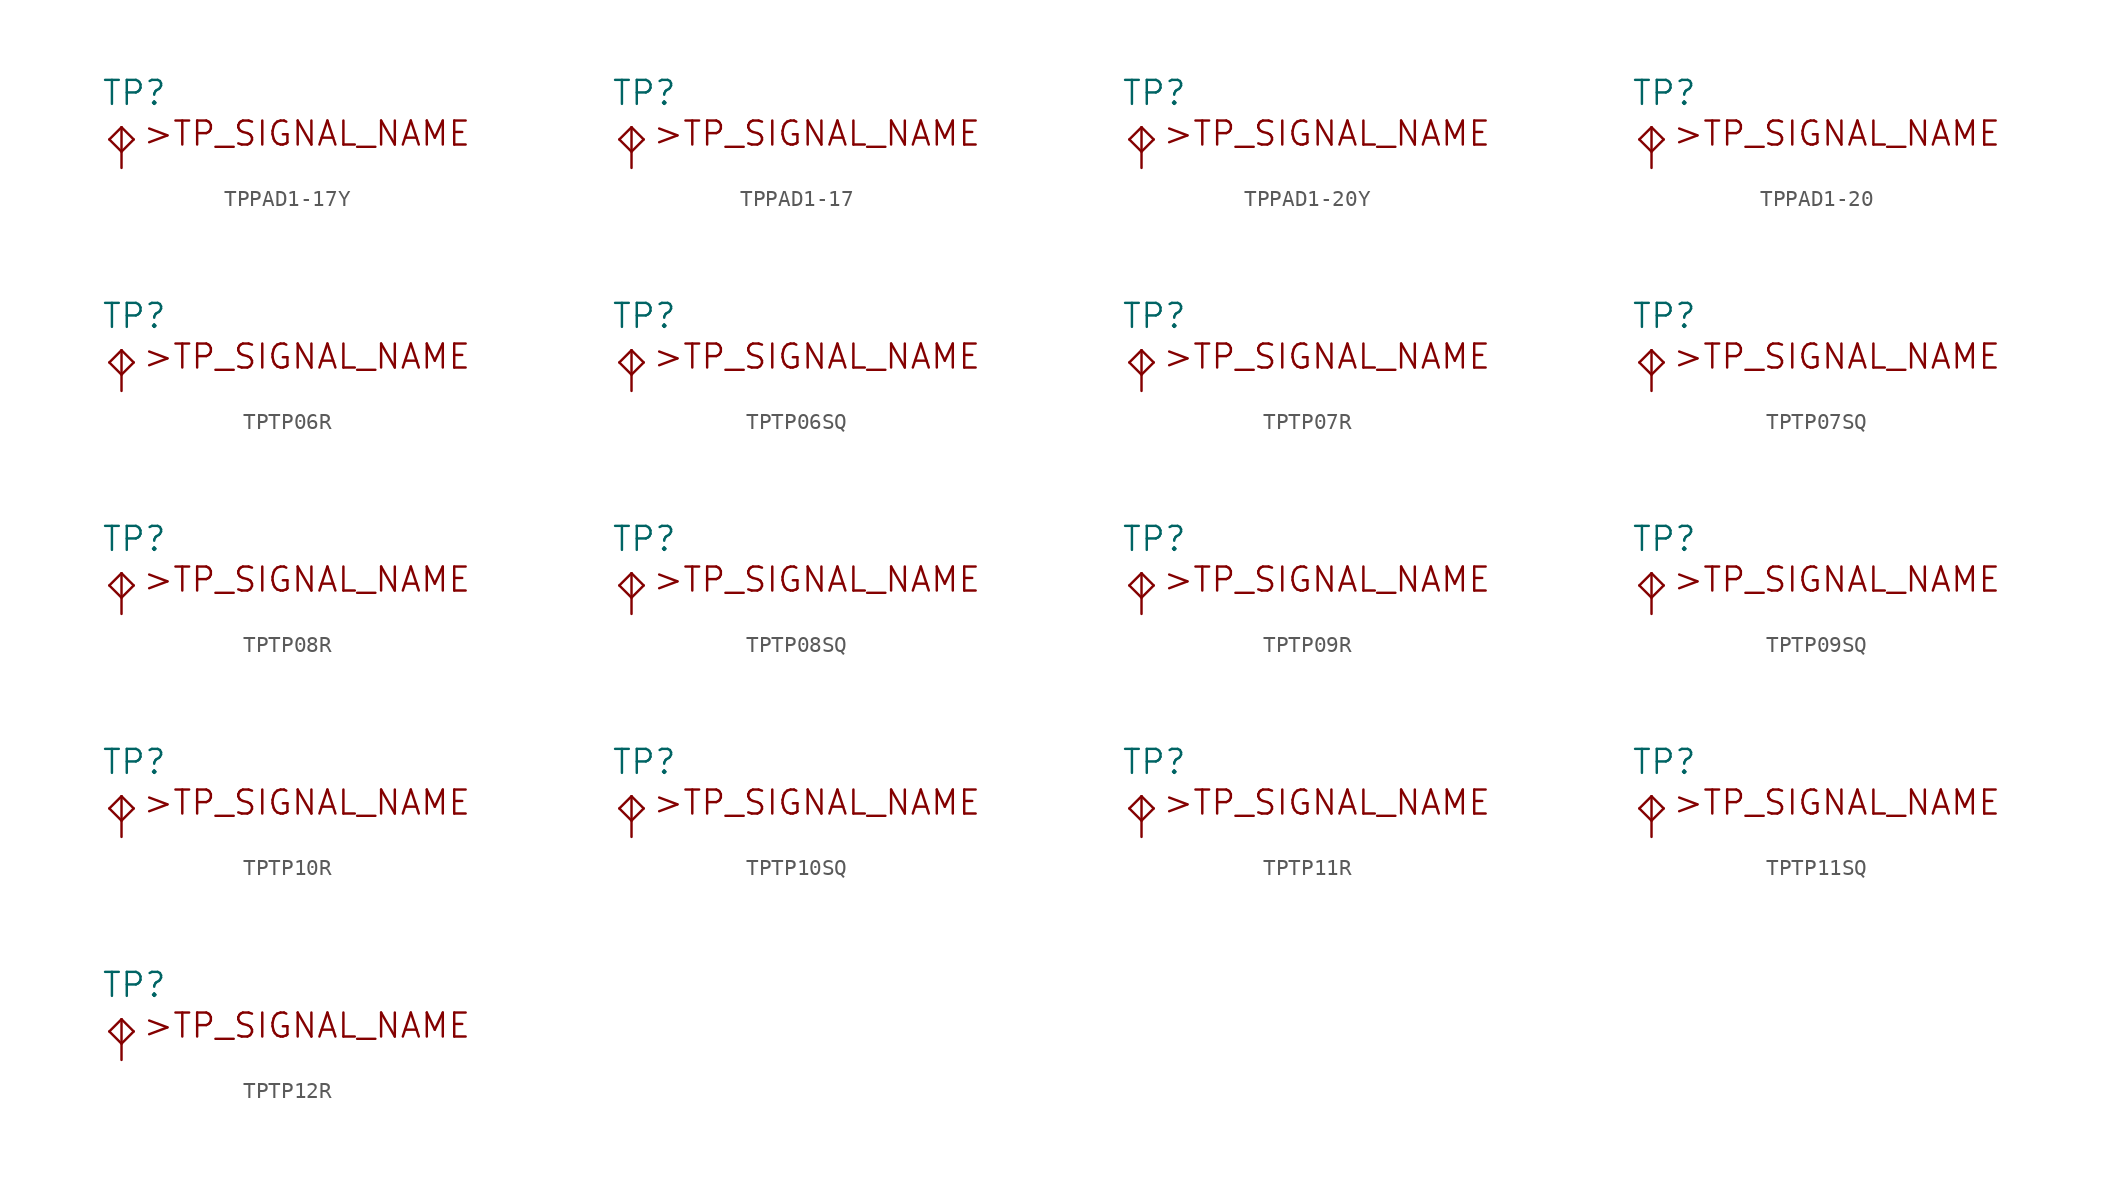
<source format=kicad_sym>
(kicad_symbol_lib
  (version 20211014)
  (generator kicad_symbol_editor)
  (symbol "TPPAD1-17Y"
    (pin_names
      (offset 1.016))
    (property "Reference" "TP"
      (at -1.27 1.27 0)
      (effects (font (size 1.499 1.499)) (justify left bottom)))
    (property "ki_locked" ""
      (at 0 0 0)
      (effects (font (size 1.27 1.27))))
    (symbol "TPPAD1-17Y_1_0"
      (polyline (pts (xy -0.762 -0.762) (xy 0 0)) (stroke (width 0) (type default) (color 0 0 0 0)) (fill (type none)))
      (polyline (pts (xy 0 -1.524) (xy -0.762 -0.762)) (stroke (width 0) (type default) (color 0 0 0 0)) (fill (type none)))
      (polyline (pts (xy 0 0) (xy 0.762 -0.762)) (stroke (width 0) (type default) (color 0 0 0 0)) (fill (type none)))
      (polyline (pts (xy 0.762 -0.762) (xy 0 -1.524)) (stroke (width 0) (type default) (color 0 0 0 0)) (fill (type none)))
      (text ">TP_SIGNAL_NAME" (at 1.27 -1.27 0) (effects (font (size 1.499 1.499)) (justify left bottom)))
      (pin input line (at 0 -2.54 90) (length 2.54) (name "TP" (effects (font (size 0 0)))) (number "TP" (effects (font (size 0 0)))))))
  (symbol "TPPAD1-17"
    (pin_names
      (offset 1.016))
    (property "Reference" "TP"
      (at -1.27 1.27 0)
      (effects (font (size 1.499 1.499)) (justify left bottom)))
    (property "ki_locked" ""
      (at 0 0 0)
      (effects (font (size 1.27 1.27))))
    (symbol "TPPAD1-17_1_0"
      (polyline (pts (xy -0.762 -0.762) (xy 0 0)) (stroke (width 0) (type default) (color 0 0 0 0)) (fill (type none)))
      (polyline (pts (xy 0 -1.524) (xy -0.762 -0.762)) (stroke (width 0) (type default) (color 0 0 0 0)) (fill (type none)))
      (polyline (pts (xy 0 0) (xy 0.762 -0.762)) (stroke (width 0) (type default) (color 0 0 0 0)) (fill (type none)))
      (polyline (pts (xy 0.762 -0.762) (xy 0 -1.524)) (stroke (width 0) (type default) (color 0 0 0 0)) (fill (type none)))
      (text ">TP_SIGNAL_NAME" (at 1.27 -1.27 0) (effects (font (size 1.499 1.499)) (justify left bottom)))
      (pin input line (at 0 -2.54 90) (length 2.54) (name "TP" (effects (font (size 0 0)))) (number "TP" (effects (font (size 0 0)))))))
  (symbol "TPPAD1-20Y"
    (pin_names
      (offset 1.016))
    (property "Reference" "TP"
      (at -1.27 1.27 0)
      (effects (font (size 1.499 1.499)) (justify left bottom)))
    (property "ki_locked" ""
      (at 0 0 0)
      (effects (font (size 1.27 1.27))))
    (symbol "TPPAD1-20Y_1_0"
      (polyline (pts (xy -0.762 -0.762) (xy 0 0)) (stroke (width 0) (type default) (color 0 0 0 0)) (fill (type none)))
      (polyline (pts (xy 0 -1.524) (xy -0.762 -0.762)) (stroke (width 0) (type default) (color 0 0 0 0)) (fill (type none)))
      (polyline (pts (xy 0 0) (xy 0.762 -0.762)) (stroke (width 0) (type default) (color 0 0 0 0)) (fill (type none)))
      (polyline (pts (xy 0.762 -0.762) (xy 0 -1.524)) (stroke (width 0) (type default) (color 0 0 0 0)) (fill (type none)))
      (text ">TP_SIGNAL_NAME" (at 1.27 -1.27 0) (effects (font (size 1.499 1.499)) (justify left bottom)))
      (pin input line (at 0 -2.54 90) (length 2.54) (name "TP" (effects (font (size 0 0)))) (number "TP" (effects (font (size 0 0)))))))
  (symbol "TPPAD1-20"
    (pin_names
      (offset 1.016))
    (property "Reference" "TP"
      (at -1.27 1.27 0)
      (effects (font (size 1.499 1.499)) (justify left bottom)))
    (property "ki_locked" ""
      (at 0 0 0)
      (effects (font (size 1.27 1.27))))
    (symbol "TPPAD1-20_1_0"
      (polyline (pts (xy -0.762 -0.762) (xy 0 0)) (stroke (width 0) (type default) (color 0 0 0 0)) (fill (type none)))
      (polyline (pts (xy 0 -1.524) (xy -0.762 -0.762)) (stroke (width 0) (type default) (color 0 0 0 0)) (fill (type none)))
      (polyline (pts (xy 0 0) (xy 0.762 -0.762)) (stroke (width 0) (type default) (color 0 0 0 0)) (fill (type none)))
      (polyline (pts (xy 0.762 -0.762) (xy 0 -1.524)) (stroke (width 0) (type default) (color 0 0 0 0)) (fill (type none)))
      (text ">TP_SIGNAL_NAME" (at 1.27 -1.27 0) (effects (font (size 1.499 1.499)) (justify left bottom)))
      (pin input line (at 0 -2.54 90) (length 2.54) (name "TP" (effects (font (size 0 0)))) (number "TP" (effects (font (size 0 0)))))))
  (symbol "TPTP06R"
    (pin_names
      (offset 1.016))
    (property "Reference" "TP"
      (at -1.27 1.27 0)
      (effects (font (size 1.499 1.499)) (justify left bottom)))
    (property "ki_locked" ""
      (at 0 0 0)
      (effects (font (size 1.27 1.27))))
    (symbol "TPTP06R_1_0"
      (polyline (pts (xy -0.762 -0.762) (xy 0 0)) (stroke (width 0) (type default) (color 0 0 0 0)) (fill (type none)))
      (polyline (pts (xy 0 -1.524) (xy -0.762 -0.762)) (stroke (width 0) (type default) (color 0 0 0 0)) (fill (type none)))
      (polyline (pts (xy 0 0) (xy 0.762 -0.762)) (stroke (width 0) (type default) (color 0 0 0 0)) (fill (type none)))
      (polyline (pts (xy 0.762 -0.762) (xy 0 -1.524)) (stroke (width 0) (type default) (color 0 0 0 0)) (fill (type none)))
      (text ">TP_SIGNAL_NAME" (at 1.27 -1.27 0) (effects (font (size 1.499 1.499)) (justify left bottom)))
      (pin input line (at 0 -2.54 90) (length 2.54) (name "TP" (effects (font (size 0 0)))) (number "TP" (effects (font (size 0 0)))))))
  (symbol "TPTP06SQ"
    (pin_names
      (offset 1.016))
    (property "Reference" "TP"
      (at -1.27 1.27 0)
      (effects (font (size 1.499 1.499)) (justify left bottom)))
    (property "ki_locked" ""
      (at 0 0 0)
      (effects (font (size 1.27 1.27))))
    (symbol "TPTP06SQ_1_0"
      (polyline (pts (xy -0.762 -0.762) (xy 0 0)) (stroke (width 0) (type default) (color 0 0 0 0)) (fill (type none)))
      (polyline (pts (xy 0 -1.524) (xy -0.762 -0.762)) (stroke (width 0) (type default) (color 0 0 0 0)) (fill (type none)))
      (polyline (pts (xy 0 0) (xy 0.762 -0.762)) (stroke (width 0) (type default) (color 0 0 0 0)) (fill (type none)))
      (polyline (pts (xy 0.762 -0.762) (xy 0 -1.524)) (stroke (width 0) (type default) (color 0 0 0 0)) (fill (type none)))
      (text ">TP_SIGNAL_NAME" (at 1.27 -1.27 0) (effects (font (size 1.499 1.499)) (justify left bottom)))
      (pin input line (at 0 -2.54 90) (length 2.54) (name "TP" (effects (font (size 0 0)))) (number "TP" (effects (font (size 0 0)))))))
  (symbol "TPTP07R"
    (pin_names
      (offset 1.016))
    (property "Reference" "TP"
      (at -1.27 1.27 0)
      (effects (font (size 1.499 1.499)) (justify left bottom)))
    (property "ki_locked" ""
      (at 0 0 0)
      (effects (font (size 1.27 1.27))))
    (symbol "TPTP07R_1_0"
      (polyline (pts (xy -0.762 -0.762) (xy 0 0)) (stroke (width 0) (type default) (color 0 0 0 0)) (fill (type none)))
      (polyline (pts (xy 0 -1.524) (xy -0.762 -0.762)) (stroke (width 0) (type default) (color 0 0 0 0)) (fill (type none)))
      (polyline (pts (xy 0 0) (xy 0.762 -0.762)) (stroke (width 0) (type default) (color 0 0 0 0)) (fill (type none)))
      (polyline (pts (xy 0.762 -0.762) (xy 0 -1.524)) (stroke (width 0) (type default) (color 0 0 0 0)) (fill (type none)))
      (text ">TP_SIGNAL_NAME" (at 1.27 -1.27 0) (effects (font (size 1.499 1.499)) (justify left bottom)))
      (pin input line (at 0 -2.54 90) (length 2.54) (name "TP" (effects (font (size 0 0)))) (number "TP" (effects (font (size 0 0)))))))
  (symbol "TPTP07SQ"
    (pin_names
      (offset 1.016))
    (property "Reference" "TP"
      (at -1.27 1.27 0)
      (effects (font (size 1.499 1.499)) (justify left bottom)))
    (property "ki_locked" ""
      (at 0 0 0)
      (effects (font (size 1.27 1.27))))
    (symbol "TPTP07SQ_1_0"
      (polyline (pts (xy -0.762 -0.762) (xy 0 0)) (stroke (width 0) (type default) (color 0 0 0 0)) (fill (type none)))
      (polyline (pts (xy 0 -1.524) (xy -0.762 -0.762)) (stroke (width 0) (type default) (color 0 0 0 0)) (fill (type none)))
      (polyline (pts (xy 0 0) (xy 0.762 -0.762)) (stroke (width 0) (type default) (color 0 0 0 0)) (fill (type none)))
      (polyline (pts (xy 0.762 -0.762) (xy 0 -1.524)) (stroke (width 0) (type default) (color 0 0 0 0)) (fill (type none)))
      (text ">TP_SIGNAL_NAME" (at 1.27 -1.27 0) (effects (font (size 1.499 1.499)) (justify left bottom)))
      (pin input line (at 0 -2.54 90) (length 2.54) (name "TP" (effects (font (size 0 0)))) (number "TP" (effects (font (size 0 0)))))))
  (symbol "TPTP08R"
    (pin_names
      (offset 1.016))
    (property "Reference" "TP"
      (at -1.27 1.27 0)
      (effects (font (size 1.499 1.499)) (justify left bottom)))
    (property "ki_locked" ""
      (at 0 0 0)
      (effects (font (size 1.27 1.27))))
    (symbol "TPTP08R_1_0"
      (polyline (pts (xy -0.762 -0.762) (xy 0 0)) (stroke (width 0) (type default) (color 0 0 0 0)) (fill (type none)))
      (polyline (pts (xy 0 -1.524) (xy -0.762 -0.762)) (stroke (width 0) (type default) (color 0 0 0 0)) (fill (type none)))
      (polyline (pts (xy 0 0) (xy 0.762 -0.762)) (stroke (width 0) (type default) (color 0 0 0 0)) (fill (type none)))
      (polyline (pts (xy 0.762 -0.762) (xy 0 -1.524)) (stroke (width 0) (type default) (color 0 0 0 0)) (fill (type none)))
      (text ">TP_SIGNAL_NAME" (at 1.27 -1.27 0) (effects (font (size 1.499 1.499)) (justify left bottom)))
      (pin input line (at 0 -2.54 90) (length 2.54) (name "TP" (effects (font (size 0 0)))) (number "TP" (effects (font (size 0 0)))))))
  (symbol "TPTP08SQ"
    (pin_names
      (offset 1.016))
    (property "Reference" "TP"
      (at -1.27 1.27 0)
      (effects (font (size 1.499 1.499)) (justify left bottom)))
    (property "ki_locked" ""
      (at 0 0 0)
      (effects (font (size 1.27 1.27))))
    (symbol "TPTP08SQ_1_0"
      (polyline (pts (xy -0.762 -0.762) (xy 0 0)) (stroke (width 0) (type default) (color 0 0 0 0)) (fill (type none)))
      (polyline (pts (xy 0 -1.524) (xy -0.762 -0.762)) (stroke (width 0) (type default) (color 0 0 0 0)) (fill (type none)))
      (polyline (pts (xy 0 0) (xy 0.762 -0.762)) (stroke (width 0) (type default) (color 0 0 0 0)) (fill (type none)))
      (polyline (pts (xy 0.762 -0.762) (xy 0 -1.524)) (stroke (width 0) (type default) (color 0 0 0 0)) (fill (type none)))
      (text ">TP_SIGNAL_NAME" (at 1.27 -1.27 0) (effects (font (size 1.499 1.499)) (justify left bottom)))
      (pin input line (at 0 -2.54 90) (length 2.54) (name "TP" (effects (font (size 0 0)))) (number "TP" (effects (font (size 0 0)))))))
  (symbol "TPTP09R"
    (pin_names
      (offset 1.016))
    (property "Reference" "TP"
      (at -1.27 1.27 0)
      (effects (font (size 1.499 1.499)) (justify left bottom)))
    (property "ki_locked" ""
      (at 0 0 0)
      (effects (font (size 1.27 1.27))))
    (symbol "TPTP09R_1_0"
      (polyline (pts (xy -0.762 -0.762) (xy 0 0)) (stroke (width 0) (type default) (color 0 0 0 0)) (fill (type none)))
      (polyline (pts (xy 0 -1.524) (xy -0.762 -0.762)) (stroke (width 0) (type default) (color 0 0 0 0)) (fill (type none)))
      (polyline (pts (xy 0 0) (xy 0.762 -0.762)) (stroke (width 0) (type default) (color 0 0 0 0)) (fill (type none)))
      (polyline (pts (xy 0.762 -0.762) (xy 0 -1.524)) (stroke (width 0) (type default) (color 0 0 0 0)) (fill (type none)))
      (text ">TP_SIGNAL_NAME" (at 1.27 -1.27 0) (effects (font (size 1.499 1.499)) (justify left bottom)))
      (pin input line (at 0 -2.54 90) (length 2.54) (name "TP" (effects (font (size 0 0)))) (number "TP" (effects (font (size 0 0)))))))
  (symbol "TPTP09SQ"
    (pin_names
      (offset 1.016))
    (property "Reference" "TP"
      (at -1.27 1.27 0)
      (effects (font (size 1.499 1.499)) (justify left bottom)))
    (property "ki_locked" ""
      (at 0 0 0)
      (effects (font (size 1.27 1.27))))
    (symbol "TPTP09SQ_1_0"
      (polyline (pts (xy -0.762 -0.762) (xy 0 0)) (stroke (width 0) (type default) (color 0 0 0 0)) (fill (type none)))
      (polyline (pts (xy 0 -1.524) (xy -0.762 -0.762)) (stroke (width 0) (type default) (color 0 0 0 0)) (fill (type none)))
      (polyline (pts (xy 0 0) (xy 0.762 -0.762)) (stroke (width 0) (type default) (color 0 0 0 0)) (fill (type none)))
      (polyline (pts (xy 0.762 -0.762) (xy 0 -1.524)) (stroke (width 0) (type default) (color 0 0 0 0)) (fill (type none)))
      (text ">TP_SIGNAL_NAME" (at 1.27 -1.27 0) (effects (font (size 1.499 1.499)) (justify left bottom)))
      (pin input line (at 0 -2.54 90) (length 2.54) (name "TP" (effects (font (size 0 0)))) (number "TP" (effects (font (size 0 0)))))))
  (symbol "TPTP10R"
    (pin_names
      (offset 1.016))
    (property "Reference" "TP"
      (at -1.27 1.27 0)
      (effects (font (size 1.499 1.499)) (justify left bottom)))
    (property "ki_locked" ""
      (at 0 0 0)
      (effects (font (size 1.27 1.27))))
    (symbol "TPTP10R_1_0"
      (polyline (pts (xy -0.762 -0.762) (xy 0 0)) (stroke (width 0) (type default) (color 0 0 0 0)) (fill (type none)))
      (polyline (pts (xy 0 -1.524) (xy -0.762 -0.762)) (stroke (width 0) (type default) (color 0 0 0 0)) (fill (type none)))
      (polyline (pts (xy 0 0) (xy 0.762 -0.762)) (stroke (width 0) (type default) (color 0 0 0 0)) (fill (type none)))
      (polyline (pts (xy 0.762 -0.762) (xy 0 -1.524)) (stroke (width 0) (type default) (color 0 0 0 0)) (fill (type none)))
      (text ">TP_SIGNAL_NAME" (at 1.27 -1.27 0) (effects (font (size 1.499 1.499)) (justify left bottom)))
      (pin input line (at 0 -2.54 90) (length 2.54) (name "TP" (effects (font (size 0 0)))) (number "TP" (effects (font (size 0 0)))))))
  (symbol "TPTP10SQ"
    (pin_names
      (offset 1.016))
    (property "Reference" "TP"
      (at -1.27 1.27 0)
      (effects (font (size 1.499 1.499)) (justify left bottom)))
    (property "ki_locked" ""
      (at 0 0 0)
      (effects (font (size 1.27 1.27))))
    (symbol "TPTP10SQ_1_0"
      (polyline (pts (xy -0.762 -0.762) (xy 0 0)) (stroke (width 0) (type default) (color 0 0 0 0)) (fill (type none)))
      (polyline (pts (xy 0 -1.524) (xy -0.762 -0.762)) (stroke (width 0) (type default) (color 0 0 0 0)) (fill (type none)))
      (polyline (pts (xy 0 0) (xy 0.762 -0.762)) (stroke (width 0) (type default) (color 0 0 0 0)) (fill (type none)))
      (polyline (pts (xy 0.762 -0.762) (xy 0 -1.524)) (stroke (width 0) (type default) (color 0 0 0 0)) (fill (type none)))
      (text ">TP_SIGNAL_NAME" (at 1.27 -1.27 0) (effects (font (size 1.499 1.499)) (justify left bottom)))
      (pin input line (at 0 -2.54 90) (length 2.54) (name "TP" (effects (font (size 0 0)))) (number "TP" (effects (font (size 0 0)))))))
  (symbol "TPTP11R"
    (pin_names
      (offset 1.016))
    (property "Reference" "TP"
      (at -1.27 1.27 0)
      (effects (font (size 1.499 1.499)) (justify left bottom)))
    (property "ki_locked" ""
      (at 0 0 0)
      (effects (font (size 1.27 1.27))))
    (symbol "TPTP11R_1_0"
      (polyline (pts (xy -0.762 -0.762) (xy 0 0)) (stroke (width 0) (type default) (color 0 0 0 0)) (fill (type none)))
      (polyline (pts (xy 0 -1.524) (xy -0.762 -0.762)) (stroke (width 0) (type default) (color 0 0 0 0)) (fill (type none)))
      (polyline (pts (xy 0 0) (xy 0.762 -0.762)) (stroke (width 0) (type default) (color 0 0 0 0)) (fill (type none)))
      (polyline (pts (xy 0.762 -0.762) (xy 0 -1.524)) (stroke (width 0) (type default) (color 0 0 0 0)) (fill (type none)))
      (text ">TP_SIGNAL_NAME" (at 1.27 -1.27 0) (effects (font (size 1.499 1.499)) (justify left bottom)))
      (pin input line (at 0 -2.54 90) (length 2.54) (name "TP" (effects (font (size 0 0)))) (number "TP" (effects (font (size 0 0)))))))
  (symbol "TPTP11SQ"
    (pin_names
      (offset 1.016))
    (property "Reference" "TP"
      (at -1.27 1.27 0)
      (effects (font (size 1.499 1.499)) (justify left bottom)))
    (property "ki_locked" ""
      (at 0 0 0)
      (effects (font (size 1.27 1.27))))
    (symbol "TPTP11SQ_1_0"
      (polyline (pts (xy -0.762 -0.762) (xy 0 0)) (stroke (width 0) (type default) (color 0 0 0 0)) (fill (type none)))
      (polyline (pts (xy 0 -1.524) (xy -0.762 -0.762)) (stroke (width 0) (type default) (color 0 0 0 0)) (fill (type none)))
      (polyline (pts (xy 0 0) (xy 0.762 -0.762)) (stroke (width 0) (type default) (color 0 0 0 0)) (fill (type none)))
      (polyline (pts (xy 0.762 -0.762) (xy 0 -1.524)) (stroke (width 0) (type default) (color 0 0 0 0)) (fill (type none)))
      (text ">TP_SIGNAL_NAME" (at 1.27 -1.27 0) (effects (font (size 1.499 1.499)) (justify left bottom)))
      (pin input line (at 0 -2.54 90) (length 2.54) (name "TP" (effects (font (size 0 0)))) (number "TP" (effects (font (size 0 0)))))))
  (symbol "TPTP12R"
    (pin_names
      (offset 1.016))
    (property "Reference" "TP"
      (at -1.27 1.27 0)
      (effects (font (size 1.499 1.499)) (justify left bottom)))
    (property "ki_locked" ""
      (at 0 0 0)
      (effects (font (size 1.27 1.27))))
    (symbol "TPTP12R_1_0"
      (polyline (pts (xy -0.762 -0.762) (xy 0 0)) (stroke (width 0) (type default) (color 0 0 0 0)) (fill (type none)))
      (polyline (pts (xy 0 -1.524) (xy -0.762 -0.762)) (stroke (width 0) (type default) (color 0 0 0 0)) (fill (type none)))
      (polyline (pts (xy 0 0) (xy 0.762 -0.762)) (stroke (width 0) (type default) (color 0 0 0 0)) (fill (type none)))
      (polyline (pts (xy 0.762 -0.762) (xy 0 -1.524)) (stroke (width 0) (type default) (color 0 0 0 0)) (fill (type none)))
      (text ">TP_SIGNAL_NAME" (at 1.27 -1.27 0) (effects (font (size 1.499 1.499)) (justify left bottom)))
      (pin input line (at 0 -2.54 90) (length 2.54) (name "TP" (effects (font (size 0 0)))) (number "TP" (effects (font (size 0 0))))))))
</source>
